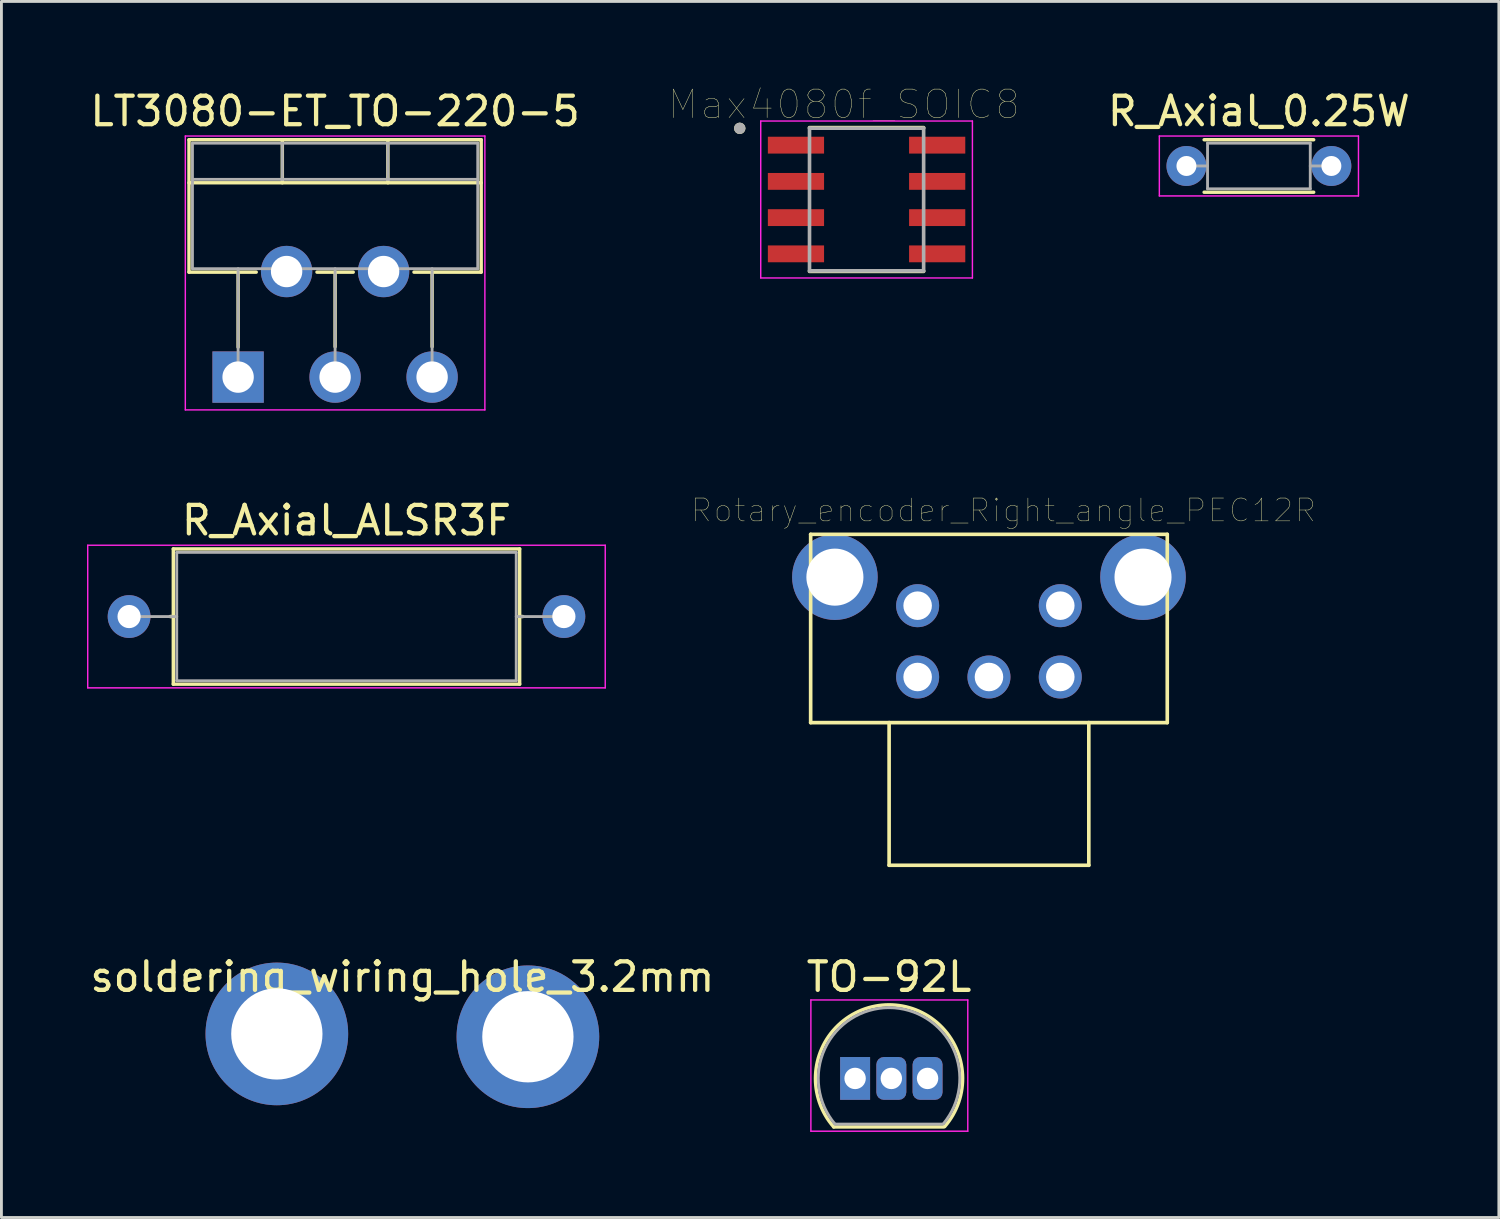
<source format=kicad_pcb>
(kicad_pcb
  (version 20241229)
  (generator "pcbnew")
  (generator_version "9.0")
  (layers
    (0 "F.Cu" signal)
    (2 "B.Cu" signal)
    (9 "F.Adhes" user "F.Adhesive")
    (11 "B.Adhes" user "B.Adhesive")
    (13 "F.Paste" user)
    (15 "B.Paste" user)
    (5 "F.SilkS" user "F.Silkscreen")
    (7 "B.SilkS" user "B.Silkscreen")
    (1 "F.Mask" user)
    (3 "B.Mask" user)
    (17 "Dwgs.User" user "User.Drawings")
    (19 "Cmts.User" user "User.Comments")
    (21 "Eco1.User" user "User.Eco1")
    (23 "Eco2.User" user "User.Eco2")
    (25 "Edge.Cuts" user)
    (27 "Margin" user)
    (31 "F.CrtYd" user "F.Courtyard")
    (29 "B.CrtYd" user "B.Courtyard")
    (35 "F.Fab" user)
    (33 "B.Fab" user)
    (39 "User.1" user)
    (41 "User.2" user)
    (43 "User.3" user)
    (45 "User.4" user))
  (footprint "Max4080f_SOIC8"
    (layer "F.Cu")
    (at 27.325 3.943)
    (property "Reference" "Max4080f_SOIC8" (at -0.795 -3.332 0) (layer "F.SilkS") (effects (font (size 1 1) (thickness 0.015))))
    (attr smd)
    (fp_line (start -2 -2.52) (end 2 -2.52) (stroke (width 0.127) (type solid)) (layer "F.SilkS"))
    (fp_line (start -2 2.52) (end 2 2.52) (stroke (width 0.127) (type solid)) (layer "F.SilkS"))
    (fp_circle (center -4.445 -2.495) (end -4.345 -2.495) (stroke (width 0.2) (type solid)) (fill no) (layer "F.SilkS"))
    (fp_line (start -3.71 -2.75) (end -3.71 2.75) (stroke (width 0.05) (type solid)) (layer "F.CrtYd"))
    (fp_line (start -3.71 -2.75) (end 3.71 -2.75) (stroke (width 0.05) (type solid)) (layer "F.CrtYd"))
    (fp_line (start -3.71 2.75) (end 3.71 2.75) (stroke (width 0.05) (type solid)) (layer "F.CrtYd"))
    (fp_line (start 3.71 -2.75) (end 3.71 2.75) (stroke (width 0.05) (type solid)) (layer "F.CrtYd"))
    (fp_line (start -2 -2.5) (end -2 2.5) (stroke (width 0.127) (type solid)) (layer "F.Fab"))
    (fp_line (start -2 -2.5) (end 2 -2.5) (stroke (width 0.127) (type solid)) (layer "F.Fab"))
    (fp_line (start -2 2.5) (end 2 2.5) (stroke (width 0.127) (type solid)) (layer "F.Fab"))
    (fp_line (start 2 -2.5) (end 2 2.5) (stroke (width 0.127) (type solid)) (layer "F.Fab"))
    (fp_circle (center -4.445 -2.495) (end -4.345 -2.495) (stroke (width 0.2) (type solid)) (fill no) (layer "F.Fab"))
    (pad "1" smd rect (at -2.475 -1.905) (size 1.97 0.59) (layers "F.Cu" "F.Mask" "F.Paste"))
    (pad "2" smd rect (at -2.475 -0.635) (size 1.97 0.59) (layers "F.Cu" "F.Mask" "F.Paste"))
    (pad "3" smd rect (at -2.475 0.635) (size 1.97 0.59) (layers "F.Cu" "F.Mask" "F.Paste"))
    (pad "4" smd rect (at -2.475 1.905) (size 1.97 0.59) (layers "F.Cu" "F.Mask" "F.Paste"))
    (pad "5" smd rect (at 2.475 1.905) (size 1.97 0.59) (layers "F.Cu" "F.Mask" "F.Paste"))
    (pad "6" smd rect (at 2.475 0.635) (size 1.97 0.59) (layers "F.Cu" "F.Mask" "F.Paste"))
    (pad "7" smd rect (at 2.475 -0.635) (size 1.97 0.59) (layers "F.Cu" "F.Mask" "F.Paste"))
    (pad "8" smd rect (at 2.475 -1.905) (size 1.97 0.59) (layers "F.Cu" "F.Mask" "F.Paste")))
  (footprint "R_Axial_0.25W"
    (layer "F.Cu")
    (at 38.537 2.768)
    (property "Reference" "R_Axial_0.25W" (at 2.54 -1.92 0) (layer "F.SilkS") (effects (font (size 1 1) (thickness 0.15))))
    (attr through_hole)
    (fp_line (start 0.62 -0.92) (end 4.46 -0.92) (stroke (width 0.12) (type solid)) (layer "F.SilkS"))
    (fp_line (start 0.62 0.92) (end 4.46 0.92) (stroke (width 0.12) (type solid)) (layer "F.SilkS"))
    (fp_line (start -0.95 -1.05) (end -0.95 1.05) (stroke (width 0.05) (type solid)) (layer "F.CrtYd"))
    (fp_line (start -0.95 1.05) (end 6.03 1.05) (stroke (width 0.05) (type solid)) (layer "F.CrtYd"))
    (fp_line (start 6.03 -1.05) (end -0.95 -1.05) (stroke (width 0.05) (type solid)) (layer "F.CrtYd"))
    (fp_line (start 6.03 1.05) (end 6.03 -1.05) (stroke (width 0.05) (type solid)) (layer "F.CrtYd"))
    (fp_line (start 0 0) (end 0.74 0) (stroke (width 0.1) (type solid)) (layer "F.Fab"))
    (fp_line (start 0.74 -0.8) (end 0.74 0.8) (stroke (width 0.1) (type solid)) (layer "F.Fab"))
    (fp_line (start 0.74 0.8) (end 4.34 0.8) (stroke (width 0.1) (type solid)) (layer "F.Fab"))
    (fp_line (start 4.34 -0.8) (end 0.74 -0.8) (stroke (width 0.1) (type solid)) (layer "F.Fab"))
    (fp_line (start 4.34 0.8) (end 4.34 -0.8) (stroke (width 0.1) (type solid)) (layer "F.Fab"))
    (fp_line (start 5.08 0) (end 4.34 0) (stroke (width 0.1) (type solid)) (layer "F.Fab"))
    (pad "1" thru_hole circle (at 0 0) (size 1.4 1.4) (drill 0.7) (layers "*.Cu" "*.Mask"))
    (pad "2" thru_hole oval (at 5.08 0) (size 1.4 1.4) (drill 0.7) (layers "*.Cu" "*.Mask")))
  (footprint "LT3080-ET_TO-220-5"
    (layer "F.Cu")
    (at 5.296 10.168)
    (property "Reference" "LT3080-ET_TO-220-5" (at 3.4 -9.32 0) (layer "F.SilkS") (effects (font (size 1 1) (thickness 0.15))))
    (attr through_hole)
    (fp_line (start -1.721 -8.32) (end -1.721 -3.679) (stroke (width 0.12) (type solid)) (layer "F.SilkS"))
    (fp_line (start -1.721 -8.32) (end 8.52 -8.32) (stroke (width 0.12) (type solid)) (layer "F.SilkS"))
    (fp_line (start -1.721 -6.811) (end 8.52 -6.811) (stroke (width 0.12) (type solid)) (layer "F.SilkS"))
    (fp_line (start -1.721 -3.679) (end 0.635 -3.679) (stroke (width 0.12) (type solid)) (layer "F.SilkS"))
    (fp_line (start 0 -3.679) (end 0 -1.049) (stroke (width 0.12) (type solid)) (layer "F.SilkS"))
    (fp_line (start 1.55 -8.32) (end 1.55 -6.811) (stroke (width 0.12) (type solid)) (layer "F.SilkS"))
    (fp_line (start 2.765 -3.679) (end 4.035 -3.679) (stroke (width 0.12) (type solid)) (layer "F.SilkS"))
    (fp_line (start 3.4 -3.679) (end 3.4 -1.065) (stroke (width 0.12) (type solid)) (layer "F.SilkS"))
    (fp_line (start 5.25 -8.32) (end 5.25 -6.811) (stroke (width 0.12) (type solid)) (layer "F.SilkS"))
    (fp_line (start 6.165 -3.679) (end 8.52 -3.679) (stroke (width 0.12) (type solid)) (layer "F.SilkS"))
    (fp_line (start 6.8 -3.679) (end 6.8 -1.065) (stroke (width 0.12) (type solid)) (layer "F.SilkS"))
    (fp_line (start 8.52 -8.32) (end 8.52 -3.679) (stroke (width 0.12) (type solid)) (layer "F.SilkS"))
    (fp_line (start -1.85 -8.45) (end -1.85 1.15) (stroke (width 0.05) (type solid)) (layer "F.CrtYd"))
    (fp_line (start -1.85 1.15) (end 8.65 1.15) (stroke (width 0.05) (type solid)) (layer "F.CrtYd"))
    (fp_line (start 8.65 -8.45) (end -1.85 -8.45) (stroke (width 0.05) (type solid)) (layer "F.CrtYd"))
    (fp_line (start 8.65 1.15) (end 8.65 -8.45) (stroke (width 0.05) (type solid)) (layer "F.CrtYd"))
    (fp_line (start -1.6 -8.2) (end -1.6 -3.8) (stroke (width 0.1) (type solid)) (layer "F.Fab"))
    (fp_line (start -1.6 -6.93) (end 8.4 -6.93) (stroke (width 0.1) (type solid)) (layer "F.Fab"))
    (fp_line (start -1.6 -3.8) (end 8.4 -3.8) (stroke (width 0.1) (type solid)) (layer "F.Fab"))
    (fp_line (start 0 -3.8) (end 0 0) (stroke (width 0.1) (type solid)) (layer "F.Fab"))
    (fp_line (start 1.55 -8.2) (end 1.55 -6.93) (stroke (width 0.1) (type solid)) (layer "F.Fab"))
    (fp_line (start 1.7 -3.8) (end 1.7 -3.7) (stroke (width 0.1) (type solid)) (layer "F.Fab"))
    (fp_line (start 3.4 -3.8) (end 3.4 0) (stroke (width 0.1) (type solid)) (layer "F.Fab"))
    (fp_line (start 5.1 -3.8) (end 5.1 -3.7) (stroke (width 0.1) (type solid)) (layer "F.Fab"))
    (fp_line (start 5.25 -8.2) (end 5.25 -6.93) (stroke (width 0.1) (type solid)) (layer "F.Fab"))
    (fp_line (start 6.8 -3.8) (end 6.8 0) (stroke (width 0.1) (type solid)) (layer "F.Fab"))
    (fp_line (start 8.4 -8.2) (end -1.6 -8.2) (stroke (width 0.1) (type solid)) (layer "F.Fab"))
    (fp_line (start 8.4 -3.8) (end 8.4 -8.2) (stroke (width 0.1) (type solid)) (layer "F.Fab"))
    (pad "1" thru_hole rect (at 0 0) (size 1.8 1.8) (drill 1.1) (layers "*.Cu" "*.Mask"))
    (pad "2" thru_hole oval (at 1.7 -3.7) (size 1.8 1.8) (drill 1.1) (layers "*.Cu" "*.Mask"))
    (pad "3" thru_hole oval (at 3.4 0) (size 1.8 1.8) (drill 1.1) (layers "*.Cu" "*.Mask"))
    (pad "4" thru_hole oval (at 5.1 -3.7) (size 1.8 1.8) (drill 1.1) (layers "*.Cu" "*.Mask"))
    (pad "5" thru_hole oval (at 6.8 0) (size 1.8 1.8) (drill 1.1) (layers "*.Cu" "*.Mask")))
  (footprint "soldering_wiring_hole_3.2mm"
    (layer "F.Cu")
    (at 11.054 30.691)
    (property "Reference" "soldering_wiring_hole_3.2mm" (at 0 0.5 0) (layer "F.SilkS") (effects (font (size 1 1) (thickness 0.15))))
    (attr through_hole)
    (pad "1" thru_hole circle (at 4.4 2.6) (size 5 5) (drill 3.2) (layers "*.Cu" "*.Mask"))
    (pad "2" thru_hole circle (at -4.4 2.5) (size 5 5) (drill 3.2) (layers "*.Cu" "*.Mask")))
  (footprint "Rotary_encoder_Right_angle_PEC12R"
    (layer "F.Cu")
    (at 31.615 20.68)
    (property "Reference" "Rotary_encoder_Right_angle_PEC12R" (at 0.508 -5.842 0) (layer "F.SilkS") (effects (font (size 0.8 0.8) (thickness 0.015))))
    (attr through_hole)
    (fp_line (start -6.25 -5) (end 6.25 -5) (stroke (width 0.127) (type solid)) (layer "F.SilkS"))
    (fp_line (start -6.25 1.6) (end -6.25 -5) (stroke (width 0.127) (type solid)) (layer "F.SilkS"))
    (fp_line (start -3.5 1.6) (end -6.25 1.6) (stroke (width 0.127) (type solid)) (layer "F.SilkS"))
    (fp_line (start -3.5 1.6) (end -3.5 6.6) (stroke (width 0.127) (type solid)) (layer "F.SilkS"))
    (fp_line (start -3.5 6.6) (end 3.5 6.6) (stroke (width 0.127) (type solid)) (layer "F.SilkS"))
    (fp_line (start 3.5 1.6) (end -3.5 1.6) (stroke (width 0.127) (type solid)) (layer "F.SilkS"))
    (fp_line (start 3.5 6.6) (end 3.5 1.6) (stroke (width 0.127) (type solid)) (layer "F.SilkS"))
    (fp_line (start 6.25 -5) (end 6.25 1.6) (stroke (width 0.127) (type solid)) (layer "F.SilkS"))
    (fp_line (start 6.25 1.6) (end 3.5 1.6) (stroke (width 0.127) (type solid)) (layer "F.SilkS"))
    (pad "1" thru_hole circle (at -2.5 -2.5) (size 1.508 1.508) (drill 1) (layers "*.Cu" "*.Mask"))
    (pad "2" thru_hole circle (at 2.5 -2.5) (size 1.508 1.508) (drill 1) (layers "*.Cu" "*.Mask"))
    (pad "A" thru_hole circle (at -2.5 0) (size 1.508 1.508) (drill 1) (layers "*.Cu" "*.Mask"))
    (pad "B" thru_hole circle (at 2.5 0) (size 1.508 1.508) (drill 1) (layers "*.Cu" "*.Mask"))
    (pad "C" thru_hole circle (at 0 0) (size 1.508 1.508) (drill 1) (layers "*.Cu" "*.Mask"))
    (pad "P$1" thru_hole circle (at -5.4 -3.5) (size 3 3) (drill 2) (layers "*.Cu" "*.Mask"))
    (pad "P$2" thru_hole circle (at 5.4 -3.5) (size 3 3) (drill 2) (layers "*.Cu" "*.Mask")))
  (footprint "TO-92L"
    (layer "F.Cu")
    (at 26.923 34.751)
    (property "Reference" "TO-92L" (at 1.19 -3.56 0) (layer "F.SilkS") (effects (font (size 1 1) (thickness 0.15))))
    (attr through_hole)
    (fp_line (start -0.75 1.7) (end 3.1 1.7) (stroke (width 0.12) (type solid)) (layer "F.SilkS"))
    (fp_arc (start -0.75 1.7) (mid 1.183448 -2.579449) (end 3.138611 1.690122) (stroke (width 0.12) (type solid)) (layer "F.SilkS"))
    (fp_line (start -1.55 -2.75) (end -1.55 1.85) (stroke (width 0.05) (type solid)) (layer "F.CrtYd"))
    (fp_line (start -1.55 -2.75) (end 3.95 -2.75) (stroke (width 0.05) (type solid)) (layer "F.CrtYd"))
    (fp_line (start 3.95 1.85) (end -1.55 1.85) (stroke (width 0.05) (type solid)) (layer "F.CrtYd"))
    (fp_line (start 3.95 1.85) (end 3.95 -2.75) (stroke (width 0.05) (type solid)) (layer "F.CrtYd"))
    (fp_line (start -0.7 1.6) (end 3.05 1.6) (stroke (width 0.1) (type solid)) (layer "F.Fab"))
    (fp_arc (start -0.702818 1.602385) (mid -1.059924 -1.043188) (end 1.19 -2.48) (stroke (width 0.1) (type solid)) (layer "F.Fab"))
    (fp_arc (start 1.19 -2.48) (mid 3.437211 -1.049019) (end 3.091103 1.592547) (stroke (width 0.1) (type solid)) (layer "F.Fab"))
    (pad "1" thru_hole rect (at 0 0) (size 1.05 1.5) (drill 0.75) (layers "*.Cu" "*.Mask"))
    (pad "2" thru_hole roundrect (at 1.27 0) (size 1.05 1.5) (drill 0.75) (layers "*.Cu" "*.Mask") (roundrect_rratio 0.25))
    (pad "3" thru_hole roundrect (at 2.54 0) (size 1.05 1.5) (drill 0.75) (layers "*.Cu" "*.Mask") (roundrect_rratio 0.25)))
  (footprint "R_Axial_ALSR3F"
    (layer "F.Cu")
    (at 1.475 18.561)
    (property "Reference" "R_Axial_ALSR3F" (at 7.62 -3.37 0) (layer "F.SilkS") (effects (font (size 1 1) (thickness 0.15))))
    (attr through_hole)
    (fp_line (start 1.44 0) (end 1.55 0) (stroke (width 0.12) (type solid)) (layer "F.SilkS"))
    (fp_line (start 1.55 -2.37) (end 1.55 2.37) (stroke (width 0.12) (type solid)) (layer "F.SilkS"))
    (fp_line (start 1.55 2.37) (end 13.69 2.37) (stroke (width 0.12) (type solid)) (layer "F.SilkS"))
    (fp_line (start 13.69 -2.37) (end 1.55 -2.37) (stroke (width 0.12) (type solid)) (layer "F.SilkS"))
    (fp_line (start 13.69 2.37) (end 13.69 -2.37) (stroke (width 0.12) (type solid)) (layer "F.SilkS"))
    (fp_line (start 13.8 0) (end 13.69 0) (stroke (width 0.12) (type solid)) (layer "F.SilkS"))
    (fp_line (start -1.45 -2.5) (end -1.45 2.5) (stroke (width 0.05) (type solid)) (layer "F.CrtYd"))
    (fp_line (start -1.45 2.5) (end 16.69 2.5) (stroke (width 0.05) (type solid)) (layer "F.CrtYd"))
    (fp_line (start 16.69 -2.5) (end -1.45 -2.5) (stroke (width 0.05) (type solid)) (layer "F.CrtYd"))
    (fp_line (start 16.69 2.5) (end 16.69 -2.5) (stroke (width 0.05) (type solid)) (layer "F.CrtYd"))
    (fp_line (start 0 0) (end 1.67 0) (stroke (width 0.1) (type solid)) (layer "F.Fab"))
    (fp_line (start 1.67 -2.25) (end 1.67 2.25) (stroke (width 0.1) (type solid)) (layer "F.Fab"))
    (fp_line (start 1.67 2.25) (end 13.57 2.25) (stroke (width 0.1) (type solid)) (layer "F.Fab"))
    (fp_line (start 13.57 -2.25) (end 1.67 -2.25) (stroke (width 0.1) (type solid)) (layer "F.Fab"))
    (fp_line (start 13.57 2.25) (end 13.57 -2.25) (stroke (width 0.1) (type solid)) (layer "F.Fab"))
    (fp_line (start 15.24 0) (end 13.57 0) (stroke (width 0.1) (type solid)) (layer "F.Fab"))
    (pad "1" thru_hole circle (at 0 0) (size 1.5 1.5) (drill 0.813) (layers "*.Cu" "*.Mask"))
    (pad "2" thru_hole oval (at 15.24 0) (size 1.5 1.5) (drill 0.813) (layers "*.Cu" "*.Mask")))
  (gr_rect
    (start -3 -3)
    (end 49.488 39.626)
    (stroke (width 0.1) (type default))
    (fill no)
    (layer "Edge.Cuts")))
</source>
